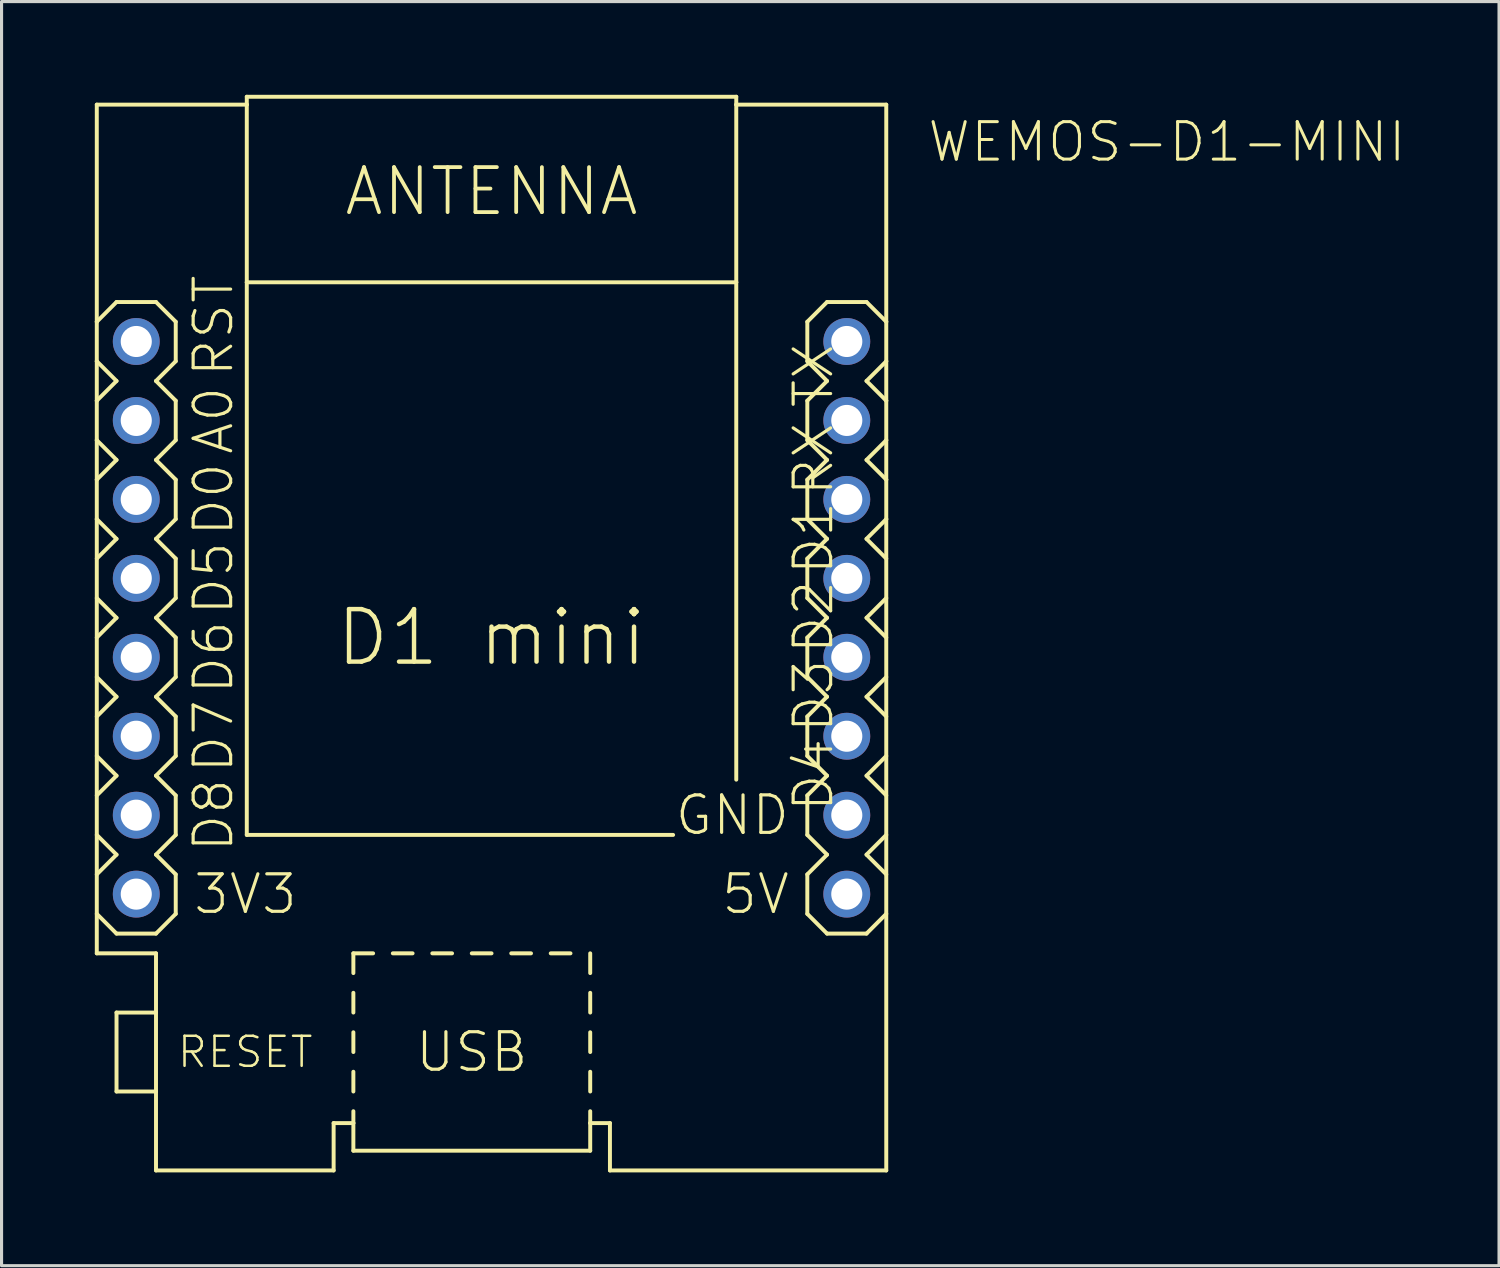
<source format=kicad_pcb>
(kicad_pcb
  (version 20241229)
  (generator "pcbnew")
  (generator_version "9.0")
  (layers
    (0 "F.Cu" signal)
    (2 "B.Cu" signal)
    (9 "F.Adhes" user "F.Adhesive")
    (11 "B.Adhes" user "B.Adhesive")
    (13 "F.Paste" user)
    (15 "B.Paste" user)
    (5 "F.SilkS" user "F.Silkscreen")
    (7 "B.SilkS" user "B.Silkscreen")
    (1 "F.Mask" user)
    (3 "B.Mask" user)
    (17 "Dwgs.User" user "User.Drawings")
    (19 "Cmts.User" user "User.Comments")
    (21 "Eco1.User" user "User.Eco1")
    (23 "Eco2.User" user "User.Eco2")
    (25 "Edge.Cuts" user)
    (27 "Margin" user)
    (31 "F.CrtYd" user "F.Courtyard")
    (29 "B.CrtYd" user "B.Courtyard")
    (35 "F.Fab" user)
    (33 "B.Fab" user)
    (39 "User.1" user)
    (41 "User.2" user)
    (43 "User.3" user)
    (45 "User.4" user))
  (footprint "WEMOS-D1-MINI"
    (layer "F.Cu")
    (at 12.764 17.462)
    (property "Reference" "WEMOS-D1-MINI" (at 13.97 -15.24 180) (layer "F.SilkS") (effects (font (size 1.206 1.206) (thickness 0.097)) (justify left bottom)))
    (attr through_hole)
    (fp_line (start -12.7 -17.145) (end -7.874 -17.145) (stroke (width 0.127) (type solid)) (layer "F.SilkS"))
    (fp_line (start -12.7 -10.16) (end -12.7 -17.145) (stroke (width 0.127) (type solid)) (layer "F.SilkS"))
    (fp_line (start -12.7 -10.16) (end -12.065 -10.795) (stroke (width 0.127) (type solid)) (layer "F.SilkS"))
    (fp_line (start -12.7 -8.89) (end -12.7 -10.16) (stroke (width 0.127) (type solid)) (layer "F.SilkS"))
    (fp_line (start -12.7 -7.62) (end -12.7 -8.89) (stroke (width 0.127) (type solid)) (layer "F.SilkS"))
    (fp_line (start -12.7 -7.62) (end -12.065 -8.255) (stroke (width 0.127) (type solid)) (layer "F.SilkS"))
    (fp_line (start -12.7 -6.35) (end -12.7 -7.62) (stroke (width 0.127) (type solid)) (layer "F.SilkS"))
    (fp_line (start -12.7 -5.08) (end -12.7 -6.35) (stroke (width 0.127) (type solid)) (layer "F.SilkS"))
    (fp_line (start -12.7 -5.08) (end -12.065 -5.715) (stroke (width 0.127) (type solid)) (layer "F.SilkS"))
    (fp_line (start -12.7 -3.81) (end -12.7 -5.08) (stroke (width 0.127) (type solid)) (layer "F.SilkS"))
    (fp_line (start -12.7 -3.81) (end -12.7 10.16) (stroke (width 0.127) (type solid)) (layer "F.SilkS"))
    (fp_line (start -12.7 -2.54) (end -12.065 -3.175) (stroke (width 0.127) (type solid)) (layer "F.SilkS"))
    (fp_line (start -12.7 -1.27) (end -12.065 -0.635) (stroke (width 0.127) (type solid)) (layer "F.SilkS"))
    (fp_line (start -12.7 1.27) (end -12.065 1.905) (stroke (width 0.127) (type solid)) (layer "F.SilkS"))
    (fp_line (start -12.7 3.81) (end -12.065 4.445) (stroke (width 0.127) (type solid)) (layer "F.SilkS"))
    (fp_line (start -12.7 6.35) (end -12.065 6.985) (stroke (width 0.127) (type solid)) (layer "F.SilkS"))
    (fp_line (start -12.7 8.89) (end -12.065 9.525) (stroke (width 0.127) (type solid)) (layer "F.SilkS"))
    (fp_line (start -12.7 10.16) (end -10.795 10.16) (stroke (width 0.127) (type solid)) (layer "F.SilkS"))
    (fp_line (start -12.065 -10.795) (end -10.795 -10.795) (stroke (width 0.127) (type solid)) (layer "F.SilkS"))
    (fp_line (start -12.065 -8.255) (end -12.7 -8.89) (stroke (width 0.127) (type solid)) (layer "F.SilkS"))
    (fp_line (start -12.065 -5.715) (end -12.7 -6.35) (stroke (width 0.127) (type solid)) (layer "F.SilkS"))
    (fp_line (start -12.065 -3.175) (end -12.7 -3.81) (stroke (width 0.127) (type solid)) (layer "F.SilkS"))
    (fp_line (start -12.065 -0.635) (end -12.7 0) (stroke (width 0.127) (type solid)) (layer "F.SilkS"))
    (fp_line (start -12.065 1.905) (end -12.7 2.54) (stroke (width 0.127) (type solid)) (layer "F.SilkS"))
    (fp_line (start -12.065 4.445) (end -12.7 5.08) (stroke (width 0.127) (type solid)) (layer "F.SilkS"))
    (fp_line (start -12.065 6.985) (end -12.7 7.62) (stroke (width 0.127) (type solid)) (layer "F.SilkS"))
    (fp_line (start -12.065 9.525) (end -10.795 9.525) (stroke (width 0.127) (type solid)) (layer "F.SilkS"))
    (fp_line (start -12.065 12.065) (end -12.065 14.605) (stroke (width 0.127) (type solid)) (layer "F.SilkS"))
    (fp_line (start -12.065 14.605) (end -10.795 14.605) (stroke (width 0.127) (type solid)) (layer "F.SilkS"))
    (fp_line (start -10.795 -10.795) (end -10.16 -10.16) (stroke (width 0.127) (type solid)) (layer "F.SilkS"))
    (fp_line (start -10.795 -8.255) (end -10.16 -7.62) (stroke (width 0.127) (type solid)) (layer "F.SilkS"))
    (fp_line (start -10.795 -5.715) (end -10.16 -5.08) (stroke (width 0.127) (type solid)) (layer "F.SilkS"))
    (fp_line (start -10.795 -3.175) (end -10.16 -2.54) (stroke (width 0.127) (type solid)) (layer "F.SilkS"))
    (fp_line (start -10.795 -0.635) (end -10.16 0) (stroke (width 0.127) (type solid)) (layer "F.SilkS"))
    (fp_line (start -10.795 1.905) (end -10.16 2.54) (stroke (width 0.127) (type solid)) (layer "F.SilkS"))
    (fp_line (start -10.795 4.445) (end -10.16 5.08) (stroke (width 0.127) (type solid)) (layer "F.SilkS"))
    (fp_line (start -10.795 9.525) (end -10.16 8.89) (stroke (width 0.127) (type solid)) (layer "F.SilkS"))
    (fp_line (start -10.795 10.16) (end -10.795 12.065) (stroke (width 0.127) (type solid)) (layer "F.SilkS"))
    (fp_line (start -10.795 12.065) (end -12.065 12.065) (stroke (width 0.127) (type solid)) (layer "F.SilkS"))
    (fp_line (start -10.795 12.065) (end -10.795 14.605) (stroke (width 0.127) (type solid)) (layer "F.SilkS"))
    (fp_line (start -10.795 14.605) (end -10.795 17.145) (stroke (width 0.127) (type solid)) (layer "F.SilkS"))
    (fp_line (start -10.795 17.145) (end -5.08 17.145) (stroke (width 0.127) (type solid)) (layer "F.SilkS"))
    (fp_line (start -10.16 -10.16) (end -10.16 -8.89) (stroke (width 0.127) (type solid)) (layer "F.SilkS"))
    (fp_line (start -10.16 -8.89) (end -10.795 -8.255) (stroke (width 0.127) (type solid)) (layer "F.SilkS"))
    (fp_line (start -10.16 -7.62) (end -10.16 -6.35) (stroke (width 0.127) (type solid)) (layer "F.SilkS"))
    (fp_line (start -10.16 -6.35) (end -10.795 -5.715) (stroke (width 0.127) (type solid)) (layer "F.SilkS"))
    (fp_line (start -10.16 -5.08) (end -10.16 -3.81) (stroke (width 0.127) (type solid)) (layer "F.SilkS"))
    (fp_line (start -10.16 -3.81) (end -10.795 -3.175) (stroke (width 0.127) (type solid)) (layer "F.SilkS"))
    (fp_line (start -10.16 -2.54) (end -10.16 -1.27) (stroke (width 0.127) (type solid)) (layer "F.SilkS"))
    (fp_line (start -10.16 -1.27) (end -10.795 -0.635) (stroke (width 0.127) (type solid)) (layer "F.SilkS"))
    (fp_line (start -10.16 0) (end -10.16 1.27) (stroke (width 0.127) (type solid)) (layer "F.SilkS"))
    (fp_line (start -10.16 1.27) (end -10.795 1.905) (stroke (width 0.127) (type solid)) (layer "F.SilkS"))
    (fp_line (start -10.16 2.54) (end -10.16 3.81) (stroke (width 0.127) (type solid)) (layer "F.SilkS"))
    (fp_line (start -10.16 3.81) (end -10.795 4.445) (stroke (width 0.127) (type solid)) (layer "F.SilkS"))
    (fp_line (start -10.16 5.08) (end -10.16 6.35) (stroke (width 0.127) (type solid)) (layer "F.SilkS"))
    (fp_line (start -10.16 6.35) (end -10.795 6.985) (stroke (width 0.127) (type solid)) (layer "F.SilkS"))
    (fp_line (start -10.16 7.62) (end -10.795 6.985) (stroke (width 0.127) (type solid)) (layer "F.SilkS"))
    (fp_line (start -10.16 8.89) (end -10.16 7.62) (stroke (width 0.127) (type solid)) (layer "F.SilkS"))
    (fp_line (start -7.874 -17.399) (end -7.874 -17.145) (stroke (width 0.127) (type solid)) (layer "F.SilkS"))
    (fp_line (start -7.874 -17.399) (end 7.874 -17.399) (stroke (width 0.127) (type solid)) (layer "F.SilkS"))
    (fp_line (start -7.874 -17.145) (end -7.874 -11.43) (stroke (width 0.127) (type solid)) (layer "F.SilkS"))
    (fp_line (start -7.874 -11.43) (end -7.874 6.35) (stroke (width 0.127) (type solid)) (layer "F.SilkS"))
    (fp_line (start -7.874 -11.43) (end 7.874 -11.43) (stroke (width 0.127) (type solid)) (layer "F.SilkS"))
    (fp_line (start -7.874 6.35) (end 5.842 6.35) (stroke (width 0.127) (type solid)) (layer "F.SilkS"))
    (fp_line (start -5.08 15.621) (end -4.445 15.621) (stroke (width 0.127) (type solid)) (layer "F.SilkS"))
    (fp_line (start -5.08 17.145) (end -5.08 15.621) (stroke (width 0.127) (type solid)) (layer "F.SilkS"))
    (fp_line (start -4.445 10.16) (end -4.445 10.795) (stroke (width 0.127) (type solid)) (layer "F.SilkS"))
    (fp_line (start -4.445 10.16) (end -3.81 10.16) (stroke (width 0.127) (type solid)) (layer "F.SilkS"))
    (fp_line (start -4.445 11.43) (end -4.445 12.065) (stroke (width 0.127) (type solid)) (layer "F.SilkS"))
    (fp_line (start -4.445 12.7) (end -4.445 13.335) (stroke (width 0.127) (type solid)) (layer "F.SilkS"))
    (fp_line (start -4.445 13.97) (end -4.445 14.605) (stroke (width 0.127) (type solid)) (layer "F.SilkS"))
    (fp_line (start -4.445 15.24) (end -4.445 15.621) (stroke (width 0.127) (type solid)) (layer "F.SilkS"))
    (fp_line (start -4.445 15.621) (end -4.445 16.51) (stroke (width 0.127) (type solid)) (layer "F.SilkS"))
    (fp_line (start -4.445 16.51) (end 3.175 16.51) (stroke (width 0.127) (type solid)) (layer "F.SilkS"))
    (fp_line (start -3.175 10.16) (end -2.54 10.16) (stroke (width 0.127) (type solid)) (layer "F.SilkS"))
    (fp_line (start -1.905 10.16) (end -1.27 10.16) (stroke (width 0.127) (type solid)) (layer "F.SilkS"))
    (fp_line (start -0.635 10.16) (end 0 10.16) (stroke (width 0.127) (type solid)) (layer "F.SilkS"))
    (fp_line (start 0.635 10.16) (end 1.27 10.16) (stroke (width 0.127) (type solid)) (layer "F.SilkS"))
    (fp_line (start 1.905 10.16) (end 2.54 10.16) (stroke (width 0.127) (type solid)) (layer "F.SilkS"))
    (fp_line (start 3.175 10.16) (end 3.175 10.795) (stroke (width 0.127) (type solid)) (layer "F.SilkS"))
    (fp_line (start 3.175 11.43) (end 3.175 12.065) (stroke (width 0.127) (type solid)) (layer "F.SilkS"))
    (fp_line (start 3.175 12.7) (end 3.175 13.335) (stroke (width 0.127) (type solid)) (layer "F.SilkS"))
    (fp_line (start 3.175 13.97) (end 3.175 14.605) (stroke (width 0.127) (type solid)) (layer "F.SilkS"))
    (fp_line (start 3.175 15.24) (end 3.175 15.621) (stroke (width 0.127) (type solid)) (layer "F.SilkS"))
    (fp_line (start 3.175 16.51) (end 3.175 15.621) (stroke (width 0.127) (type solid)) (layer "F.SilkS"))
    (fp_line (start 3.81 15.621) (end 3.175 15.621) (stroke (width 0.127) (type solid)) (layer "F.SilkS"))
    (fp_line (start 3.81 15.621) (end 3.81 17.145) (stroke (width 0.127) (type solid)) (layer "F.SilkS"))
    (fp_line (start 3.81 17.145) (end 12.7 17.145) (stroke (width 0.127) (type solid)) (layer "F.SilkS"))
    (fp_line (start 7.874 -17.399) (end 7.874 -17.145) (stroke (width 0.127) (type solid)) (layer "F.SilkS"))
    (fp_line (start 7.874 -17.145) (end 12.7 -17.145) (stroke (width 0.127) (type solid)) (layer "F.SilkS"))
    (fp_line (start 7.874 -11.43) (end 7.874 -17.145) (stroke (width 0.127) (type solid)) (layer "F.SilkS"))
    (fp_line (start 7.874 -11.43) (end 7.874 4.572) (stroke (width 0.127) (type solid)) (layer "F.SilkS"))
    (fp_line (start 10.16 -10.16) (end 10.795 -10.795) (stroke (width 0.127) (type solid)) (layer "F.SilkS"))
    (fp_line (start 10.16 -8.89) (end 10.16 -10.16) (stroke (width 0.127) (type solid)) (layer "F.SilkS"))
    (fp_line (start 10.16 -7.62) (end 10.795 -8.255) (stroke (width 0.127) (type solid)) (layer "F.SilkS"))
    (fp_line (start 10.16 -6.35) (end 10.16 -7.62) (stroke (width 0.127) (type solid)) (layer "F.SilkS"))
    (fp_line (start 10.16 -5.08) (end 10.795 -5.715) (stroke (width 0.127) (type solid)) (layer "F.SilkS"))
    (fp_line (start 10.16 -3.81) (end 10.16 -5.08) (stroke (width 0.127) (type solid)) (layer "F.SilkS"))
    (fp_line (start 10.16 -2.54) (end 10.16 -1.27) (stroke (width 0.127) (type solid)) (layer "F.SilkS"))
    (fp_line (start 10.16 -2.54) (end 10.795 -3.175) (stroke (width 0.127) (type solid)) (layer "F.SilkS"))
    (fp_line (start 10.16 -1.27) (end 10.795 -0.635) (stroke (width 0.127) (type solid)) (layer "F.SilkS"))
    (fp_line (start 10.16 0) (end 10.16 1.27) (stroke (width 0.127) (type solid)) (layer "F.SilkS"))
    (fp_line (start 10.16 1.27) (end 10.795 1.905) (stroke (width 0.127) (type solid)) (layer "F.SilkS"))
    (fp_line (start 10.16 3.81) (end 10.16 2.54) (stroke (width 0.127) (type solid)) (layer "F.SilkS"))
    (fp_line (start 10.16 3.81) (end 10.795 4.445) (stroke (width 0.127) (type solid)) (layer "F.SilkS"))
    (fp_line (start 10.16 6.35) (end 10.16 5.08) (stroke (width 0.127) (type solid)) (layer "F.SilkS"))
    (fp_line (start 10.16 6.35) (end 10.795 6.985) (stroke (width 0.127) (type solid)) (layer "F.SilkS"))
    (fp_line (start 10.16 7.62) (end 10.16 8.89) (stroke (width 0.127) (type solid)) (layer "F.SilkS"))
    (fp_line (start 10.16 8.89) (end 10.795 9.525) (stroke (width 0.127) (type solid)) (layer "F.SilkS"))
    (fp_line (start 10.795 -10.795) (end 12.065 -10.795) (stroke (width 0.127) (type solid)) (layer "F.SilkS"))
    (fp_line (start 10.795 -8.255) (end 10.16 -8.89) (stroke (width 0.127) (type solid)) (layer "F.SilkS"))
    (fp_line (start 10.795 -5.715) (end 10.16 -6.35) (stroke (width 0.127) (type solid)) (layer "F.SilkS"))
    (fp_line (start 10.795 -3.175) (end 10.16 -3.81) (stroke (width 0.127) (type solid)) (layer "F.SilkS"))
    (fp_line (start 10.795 -0.635) (end 10.16 0) (stroke (width 0.127) (type solid)) (layer "F.SilkS"))
    (fp_line (start 10.795 1.905) (end 10.16 2.54) (stroke (width 0.127) (type solid)) (layer "F.SilkS"))
    (fp_line (start 10.795 4.445) (end 10.16 5.08) (stroke (width 0.127) (type solid)) (layer "F.SilkS"))
    (fp_line (start 10.795 6.985) (end 10.16 7.62) (stroke (width 0.127) (type solid)) (layer "F.SilkS"))
    (fp_line (start 10.795 9.525) (end 12.065 9.525) (stroke (width 0.127) (type solid)) (layer "F.SilkS"))
    (fp_line (start 12.065 -10.795) (end 12.7 -10.16) (stroke (width 0.127) (type solid)) (layer "F.SilkS"))
    (fp_line (start 12.065 -8.255) (end 12.7 -7.62) (stroke (width 0.127) (type solid)) (layer "F.SilkS"))
    (fp_line (start 12.065 -5.715) (end 12.7 -5.08) (stroke (width 0.127) (type solid)) (layer "F.SilkS"))
    (fp_line (start 12.065 -3.175) (end 12.7 -2.54) (stroke (width 0.127) (type solid)) (layer "F.SilkS"))
    (fp_line (start 12.065 -0.635) (end 12.7 0) (stroke (width 0.127) (type solid)) (layer "F.SilkS"))
    (fp_line (start 12.065 1.905) (end 12.7 2.54) (stroke (width 0.127) (type solid)) (layer "F.SilkS"))
    (fp_line (start 12.065 4.445) (end 12.7 5.08) (stroke (width 0.127) (type solid)) (layer "F.SilkS"))
    (fp_line (start 12.065 9.525) (end 12.7 8.89) (stroke (width 0.127) (type solid)) (layer "F.SilkS"))
    (fp_line (start 12.7 -17.145) (end 12.7 -10.16) (stroke (width 0.127) (type solid)) (layer "F.SilkS"))
    (fp_line (start 12.7 -10.16) (end 12.7 -8.89) (stroke (width 0.127) (type solid)) (layer "F.SilkS"))
    (fp_line (start 12.7 -8.89) (end 12.065 -8.255) (stroke (width 0.127) (type solid)) (layer "F.SilkS"))
    (fp_line (start 12.7 -8.89) (end 12.7 -7.62) (stroke (width 0.127) (type solid)) (layer "F.SilkS"))
    (fp_line (start 12.7 -7.62) (end 12.7 -6.35) (stroke (width 0.127) (type solid)) (layer "F.SilkS"))
    (fp_line (start 12.7 -6.35) (end 12.065 -5.715) (stroke (width 0.127) (type solid)) (layer "F.SilkS"))
    (fp_line (start 12.7 -6.35) (end 12.7 -5.08) (stroke (width 0.127) (type solid)) (layer "F.SilkS"))
    (fp_line (start 12.7 -5.08) (end 12.7 -3.81) (stroke (width 0.127) (type solid)) (layer "F.SilkS"))
    (fp_line (start 12.7 -3.81) (end 12.065 -3.175) (stroke (width 0.127) (type solid)) (layer "F.SilkS"))
    (fp_line (start 12.7 -3.81) (end 12.7 17.145) (stroke (width 0.127) (type solid)) (layer "F.SilkS"))
    (fp_line (start 12.7 -1.27) (end 12.065 -0.635) (stroke (width 0.127) (type solid)) (layer "F.SilkS"))
    (fp_line (start 12.7 1.27) (end 12.065 1.905) (stroke (width 0.127) (type solid)) (layer "F.SilkS"))
    (fp_line (start 12.7 3.81) (end 12.065 4.445) (stroke (width 0.127) (type solid)) (layer "F.SilkS"))
    (fp_line (start 12.7 6.35) (end 12.065 6.985) (stroke (width 0.127) (type solid)) (layer "F.SilkS"))
    (fp_line (start 12.7 7.62) (end 12.065 6.985) (stroke (width 0.127) (type solid)) (layer "F.SilkS"))
    (fp_text user "D2" (at 9.652 -1.905 90) (layer "F.SilkS") (effects (font (size 1.206 1.206) (thickness 0.102)) (justify right top)))
    (fp_text user "TX" (at 9.652 -9.525 90) (layer "F.SilkS") (effects (font (size 1.206 1.206) (thickness 0.102)) (justify right top)))
    (fp_text user "D5" (at -9.652 -1.905 90) (layer "F.SilkS") (effects (font (size 1.206 1.206) (thickness 0.102)) (justify top)))
    (fp_text user "GND" (at 9.652 5.715 0) (layer "F.SilkS") (effects (font (size 1.206 1.206) (thickness 0.102)) (justify right)))
    (fp_text user "D3" (at 9.652 0.635 90) (layer "F.SilkS") (effects (font (size 1.206 1.206) (thickness 0.102)) (justify right top)))
    (fp_text user "D7" (at -9.652 3.175 90) (layer "F.SilkS") (effects (font (size 1.206 1.206) (thickness 0.102)) (justify top)))
    (fp_text user "D0" (at -9.652 -4.445 90) (layer "F.SilkS") (effects (font (size 1.206 1.206) (thickness 0.102)) (justify top)))
    (fp_text user "5V" (at 9.652 8.255 0) (layer "F.SilkS") (effects (font (size 1.206 1.206) (thickness 0.102)) (justify right)))
    (fp_text user "ANTENNA" (at 0 -14.351 0) (layer "F.SilkS") (effects (font (size 1.448 1.448) (thickness 0.122))))
    (fp_text user "D8" (at -9.652 5.715 90) (layer "F.SilkS") (effects (font (size 1.206 1.206) (thickness 0.102)) (justify top)))
    (fp_text user "RST" (at -9.652 -10.033 90) (layer "F.SilkS") (effects (font (size 1.206 1.206) (thickness 0.102)) (justify top)))
    (fp_text user "D1 mini" (at 0 0 0) (layer "F.SilkS") (effects (font (size 1.689 1.689) (thickness 0.142))))
    (fp_text user "D1" (at 9.652 -4.445 90) (layer "F.SilkS") (effects (font (size 1.206 1.206) (thickness 0.102)) (justify right top)))
    (fp_text user "D6" (at -9.652 0.635 90) (layer "F.SilkS") (effects (font (size 1.206 1.206) (thickness 0.102)) (justify top)))
    (fp_text user "D4" (at 9.652 3.175 90) (layer "F.SilkS") (effects (font (size 1.206 1.206) (thickness 0.102)) (justify right top)))
    (fp_text user "RX" (at 9.652 -6.985 90) (layer "F.SilkS") (effects (font (size 1.206 1.206) (thickness 0.102)) (justify right top)))
    (fp_text user "3V3" (at -9.652 8.255 0) (layer "F.SilkS") (effects (font (size 1.206 1.206) (thickness 0.102)) (justify left)))
    (fp_text user "A0" (at -9.652 -6.985 90) (layer "F.SilkS") (effects (font (size 1.206 1.206) (thickness 0.102)) (justify top)))
    (fp_text user "RESET" (at -10.16 13.335 0) (layer "F.SilkS") (effects (font (size 0.965 0.965) (thickness 0.081)) (justify left)))
    (fp_text user "USB" (at -0.635 13.335 0) (layer "F.SilkS") (effects (font (size 1.206 1.206) (thickness 0.102))))
    (pad "JP1.1" thru_hole circle (at -11.43 -9.525) (size 1.508 1.508) (drill 1) (layers "*.Cu" "*.Mask"))
    (pad "JP1.2" thru_hole circle (at -11.43 -6.985) (size 1.508 1.508) (drill 1) (layers "*.Cu" "*.Mask"))
    (pad "JP1.3" thru_hole circle (at -11.43 -4.445) (size 1.508 1.508) (drill 1) (layers "*.Cu" "*.Mask"))
    (pad "JP1.4" thru_hole circle (at -11.43 -1.905) (size 1.508 1.508) (drill 1) (layers "*.Cu" "*.Mask"))
    (pad "JP1.5" thru_hole circle (at -11.43 0.635) (size 1.508 1.508) (drill 1) (layers "*.Cu" "*.Mask"))
    (pad "JP1.6" thru_hole circle (at -11.43 3.175) (size 1.508 1.508) (drill 1) (layers "*.Cu" "*.Mask"))
    (pad "JP1.7" thru_hole circle (at -11.43 5.715) (size 1.508 1.508) (drill 1) (layers "*.Cu" "*.Mask"))
    (pad "JP1.8" thru_hole circle (at -11.43 8.255) (size 1.508 1.508) (drill 1) (layers "*.Cu" "*.Mask"))
    (pad "JP2.1" thru_hole circle (at 11.43 -9.525) (size 1.508 1.508) (drill 1) (layers "*.Cu" "*.Mask"))
    (pad "JP2.2" thru_hole circle (at 11.43 -6.985) (size 1.508 1.508) (drill 1) (layers "*.Cu" "*.Mask"))
    (pad "JP2.3" thru_hole circle (at 11.43 -4.445) (size 1.508 1.508) (drill 1) (layers "*.Cu" "*.Mask"))
    (pad "JP2.4" thru_hole circle (at 11.43 -1.905) (size 1.508 1.508) (drill 1) (layers "*.Cu" "*.Mask"))
    (pad "JP2.5" thru_hole circle (at 11.43 0.635) (size 1.508 1.508) (drill 1) (layers "*.Cu" "*.Mask"))
    (pad "JP2.6" thru_hole circle (at 11.43 3.175) (size 1.508 1.508) (drill 1) (layers "*.Cu" "*.Mask"))
    (pad "JP2.7" thru_hole circle (at 11.43 5.715) (size 1.508 1.508) (drill 1) (layers "*.Cu" "*.Mask"))
    (pad "JP2.8" thru_hole circle (at 11.43 8.255) (size 1.508 1.508) (drill 1) (layers "*.Cu" "*.Mask")))
  (gr_rect
    (start -3 -3)
    (end 45.179 37.671)
    (stroke (width 0.1) (type default))
    (fill no)
    (layer "Edge.Cuts")))
</source>
